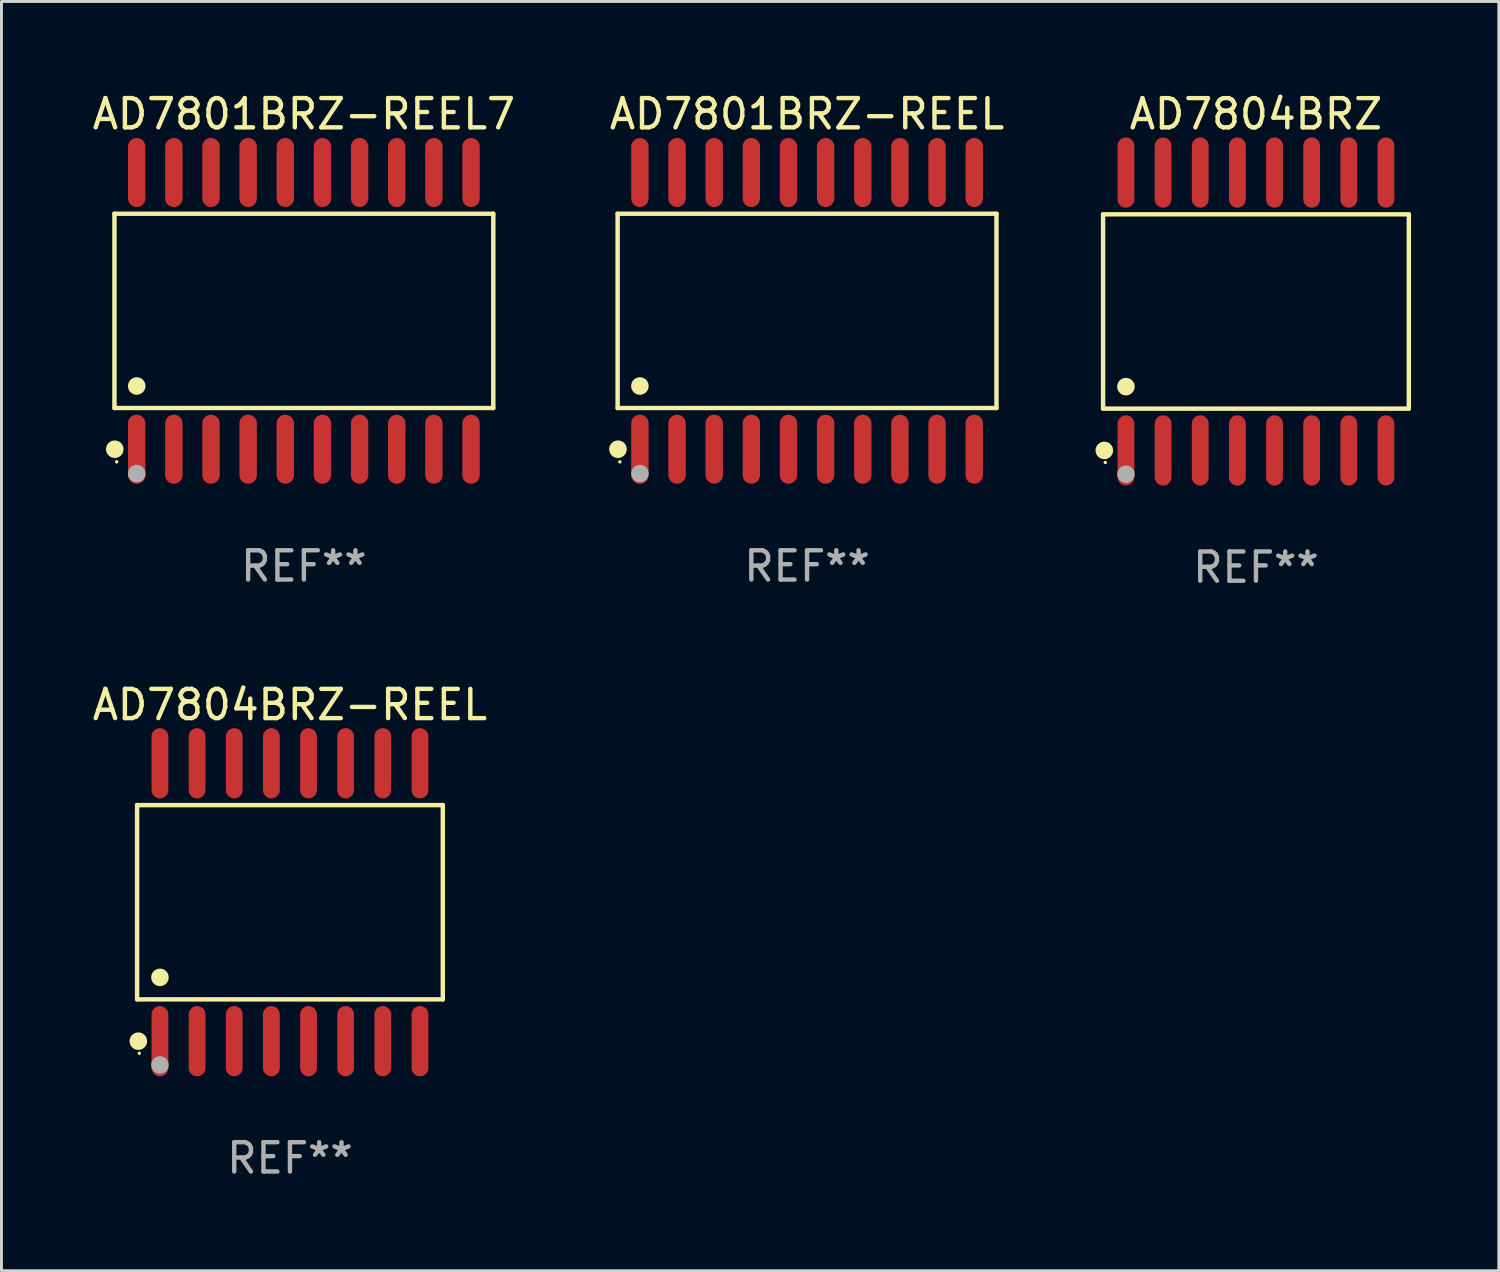
<source format=kicad_pcb>
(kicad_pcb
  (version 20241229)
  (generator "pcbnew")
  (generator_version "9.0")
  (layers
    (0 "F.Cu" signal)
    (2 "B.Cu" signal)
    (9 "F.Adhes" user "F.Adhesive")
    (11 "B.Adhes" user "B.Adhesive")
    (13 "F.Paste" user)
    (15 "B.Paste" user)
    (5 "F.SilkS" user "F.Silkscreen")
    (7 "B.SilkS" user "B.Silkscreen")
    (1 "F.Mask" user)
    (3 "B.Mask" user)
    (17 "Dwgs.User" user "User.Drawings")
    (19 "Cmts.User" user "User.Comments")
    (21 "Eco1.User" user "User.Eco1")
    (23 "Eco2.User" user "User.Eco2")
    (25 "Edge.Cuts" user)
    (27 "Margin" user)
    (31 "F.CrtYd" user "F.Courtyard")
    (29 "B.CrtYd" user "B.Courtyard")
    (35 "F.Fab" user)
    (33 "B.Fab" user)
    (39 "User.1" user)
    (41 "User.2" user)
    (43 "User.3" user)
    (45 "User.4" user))
  (footprint "AD7804BRZ"
    (layer "F.Cu")
    (at 39.889 7.599)
    (property "Reference" "AD7804BRZ" (at 0 -6.75 0) (layer "F.SilkS") (effects (font (size 1 1) (thickness 0.15))))
    (attr through_hole)
    (fp_line (start -5.226 -3.321) (end 5.226 -3.321) (stroke (width 0.152) (type solid)) (layer "F.SilkS"))
    (fp_line (start -5.226 3.321) (end -5.226 -3.321) (stroke (width 0.152) (type solid)) (layer "F.SilkS"))
    (fp_line (start 5.226 -3.321) (end 5.226 3.321) (stroke (width 0.152) (type solid)) (layer "F.SilkS"))
    (fp_line (start 5.226 3.321) (end -5.226 3.321) (stroke (width 0.152) (type solid)) (layer "F.SilkS"))
    (fp_circle (center -5.184 4.75) (end -5.034 4.75) (stroke (width 0.3) (type solid)) (fill no) (layer "F.SilkS"))
    (fp_circle (center -5.15 5.163) (end -5.12 5.163) (stroke (width 0.06) (type solid)) (fill no) (layer "F.SilkS"))
    (fp_circle (center -4.445 2.569) (end -4.295 2.569) (stroke (width 0.3) (type solid)) (fill no) (layer "F.SilkS"))
    (fp_circle (center -4.445 5.563) (end -4.295 5.563) (stroke (width 0.3) (type solid)) (fill no) (layer "F.Fab"))
    (fp_text user "REF**" (at 0 8.75 0) (layer "F.Fab") (effects (font (size 1 1) (thickness 0.15))))
    (pad "1" smd oval (at -4.445 4.75) (size 0.574 2.401) (layers "F.Cu" "F.Mask" "F.Paste"))
    (pad "2" smd oval (at -3.175 4.75) (size 0.574 2.401) (layers "F.Cu" "F.Mask" "F.Paste"))
    (pad "3" smd oval (at -1.905 4.75) (size 0.574 2.401) (layers "F.Cu" "F.Mask" "F.Paste"))
    (pad "4" smd oval (at -0.635 4.75) (size 0.574 2.401) (layers "F.Cu" "F.Mask" "F.Paste"))
    (pad "5" smd oval (at 0.635 4.75) (size 0.574 2.401) (layers "F.Cu" "F.Mask" "F.Paste"))
    (pad "6" smd oval (at 1.905 4.75) (size 0.574 2.401) (layers "F.Cu" "F.Mask" "F.Paste"))
    (pad "7" smd oval (at 3.175 4.75) (size 0.574 2.401) (layers "F.Cu" "F.Mask" "F.Paste"))
    (pad "8" smd oval (at 4.445 4.75) (size 0.574 2.401) (layers "F.Cu" "F.Mask" "F.Paste"))
    (pad "9" smd oval (at 4.445 -4.75) (size 0.574 2.401) (layers "F.Cu" "F.Mask" "F.Paste"))
    (pad "10" smd oval (at 3.175 -4.75) (size 0.574 2.401) (layers "F.Cu" "F.Mask" "F.Paste"))
    (pad "11" smd oval (at 1.905 -4.75) (size 0.574 2.401) (layers "F.Cu" "F.Mask" "F.Paste"))
    (pad "12" smd oval (at 0.635 -4.75) (size 0.574 2.401) (layers "F.Cu" "F.Mask" "F.Paste"))
    (pad "13" smd oval (at -0.635 -4.75) (size 0.574 2.401) (layers "F.Cu" "F.Mask" "F.Paste"))
    (pad "14" smd oval (at -1.905 -4.75) (size 0.574 2.401) (layers "F.Cu" "F.Mask" "F.Paste"))
    (pad "15" smd oval (at -3.175 -4.75) (size 0.574 2.401) (layers "F.Cu" "F.Mask" "F.Paste"))
    (pad "16" smd oval (at -4.445 -4.75) (size 0.574 2.401) (layers "F.Cu" "F.Mask" "F.Paste")))
  (footprint "AD7801BRZ-REEL"
    (layer "F.Cu")
    (at 24.542 7.578)
    (property "Reference" "AD7801BRZ-REEL" (at 0 -6.73 0) (layer "F.SilkS") (effects (font (size 1 1) (thickness 0.15))))
    (attr through_hole)
    (fp_line (start -6.476 -3.321) (end 6.476 -3.321) (stroke (width 0.152) (type solid)) (layer "F.SilkS"))
    (fp_line (start -6.476 3.321) (end -6.476 -3.321) (stroke (width 0.152) (type solid)) (layer "F.SilkS"))
    (fp_line (start 6.476 -3.321) (end 6.476 3.321) (stroke (width 0.152) (type solid)) (layer "F.SilkS"))
    (fp_line (start 6.476 3.321) (end -6.476 3.321) (stroke (width 0.152) (type solid)) (layer "F.SilkS"))
    (fp_circle (center -6.465 4.73) (end -6.315 4.73) (stroke (width 0.3) (type solid)) (fill no) (layer "F.SilkS"))
    (fp_circle (center -6.4 5.163) (end -6.37 5.163) (stroke (width 0.06) (type solid)) (fill no) (layer "F.SilkS"))
    (fp_circle (center -5.715 2.569) (end -5.565 2.569) (stroke (width 0.3) (type solid)) (fill no) (layer "F.SilkS"))
    (fp_circle (center -5.715 5.563) (end -5.565 5.563) (stroke (width 0.3) (type solid)) (fill no) (layer "F.Fab"))
    (fp_text user "REF**" (at 0 8.73 0) (layer "F.Fab") (effects (font (size 1 1) (thickness 0.15))))
    (pad "1" smd oval (at -5.715 4.73) (size 0.595 2.36) (layers "F.Cu" "F.Mask" "F.Paste"))
    (pad "2" smd oval (at -4.445 4.73) (size 0.595 2.36) (layers "F.Cu" "F.Mask" "F.Paste"))
    (pad "3" smd oval (at -3.175 4.73) (size 0.595 2.36) (layers "F.Cu" "F.Mask" "F.Paste"))
    (pad "4" smd oval (at -1.905 4.73) (size 0.595 2.36) (layers "F.Cu" "F.Mask" "F.Paste"))
    (pad "5" smd oval (at -0.635 4.73) (size 0.595 2.36) (layers "F.Cu" "F.Mask" "F.Paste"))
    (pad "6" smd oval (at 0.635 4.73) (size 0.595 2.36) (layers "F.Cu" "F.Mask" "F.Paste"))
    (pad "7" smd oval (at 1.905 4.73) (size 0.595 2.36) (layers "F.Cu" "F.Mask" "F.Paste"))
    (pad "8" smd oval (at 3.175 4.73) (size 0.595 2.36) (layers "F.Cu" "F.Mask" "F.Paste"))
    (pad "9" smd oval (at 4.445 4.73) (size 0.595 2.36) (layers "F.Cu" "F.Mask" "F.Paste"))
    (pad "10" smd oval (at 5.715 4.73) (size 0.595 2.36) (layers "F.Cu" "F.Mask" "F.Paste"))
    (pad "11" smd oval (at 5.715 -4.73) (size 0.595 2.36) (layers "F.Cu" "F.Mask" "F.Paste"))
    (pad "12" smd oval (at 4.445 -4.73) (size 0.595 2.36) (layers "F.Cu" "F.Mask" "F.Paste"))
    (pad "13" smd oval (at 3.175 -4.73) (size 0.595 2.36) (layers "F.Cu" "F.Mask" "F.Paste"))
    (pad "14" smd oval (at 1.905 -4.73) (size 0.595 2.36) (layers "F.Cu" "F.Mask" "F.Paste"))
    (pad "15" smd oval (at 0.635 -4.73) (size 0.595 2.36) (layers "F.Cu" "F.Mask" "F.Paste"))
    (pad "16" smd oval (at -0.635 -4.73) (size 0.595 2.36) (layers "F.Cu" "F.Mask" "F.Paste"))
    (pad "17" smd oval (at -1.905 -4.73) (size 0.595 2.36) (layers "F.Cu" "F.Mask" "F.Paste"))
    (pad "18" smd oval (at -3.175 -4.73) (size 0.595 2.36) (layers "F.Cu" "F.Mask" "F.Paste"))
    (pad "19" smd oval (at -4.445 -4.73) (size 0.595 2.36) (layers "F.Cu" "F.Mask" "F.Paste"))
    (pad "20" smd oval (at -5.715 -4.73) (size 0.595 2.36) (layers "F.Cu" "F.Mask" "F.Paste")))
  (footprint "AD7801BRZ-REEL7"
    (layer "F.Cu")
    (at 7.339 7.578)
    (property "Reference" "AD7801BRZ-REEL7" (at 0 -6.73 0) (layer "F.SilkS") (effects (font (size 1 1) (thickness 0.15))))
    (attr through_hole)
    (fp_line (start -6.476 -3.321) (end 6.476 -3.321) (stroke (width 0.152) (type solid)) (layer "F.SilkS"))
    (fp_line (start -6.476 3.321) (end -6.476 -3.321) (stroke (width 0.152) (type solid)) (layer "F.SilkS"))
    (fp_line (start 6.476 -3.321) (end 6.476 3.321) (stroke (width 0.152) (type solid)) (layer "F.SilkS"))
    (fp_line (start 6.476 3.321) (end -6.476 3.321) (stroke (width 0.152) (type solid)) (layer "F.SilkS"))
    (fp_circle (center -6.465 4.73) (end -6.315 4.73) (stroke (width 0.3) (type solid)) (fill no) (layer "F.SilkS"))
    (fp_circle (center -6.4 5.163) (end -6.37 5.163) (stroke (width 0.06) (type solid)) (fill no) (layer "F.SilkS"))
    (fp_circle (center -5.715 2.569) (end -5.565 2.569) (stroke (width 0.3) (type solid)) (fill no) (layer "F.SilkS"))
    (fp_circle (center -5.715 5.563) (end -5.565 5.563) (stroke (width 0.3) (type solid)) (fill no) (layer "F.Fab"))
    (fp_text user "REF**" (at 0 8.73 0) (layer "F.Fab") (effects (font (size 1 1) (thickness 0.15))))
    (pad "1" smd oval (at -5.715 4.73) (size 0.595 2.36) (layers "F.Cu" "F.Mask" "F.Paste"))
    (pad "2" smd oval (at -4.445 4.73) (size 0.595 2.36) (layers "F.Cu" "F.Mask" "F.Paste"))
    (pad "3" smd oval (at -3.175 4.73) (size 0.595 2.36) (layers "F.Cu" "F.Mask" "F.Paste"))
    (pad "4" smd oval (at -1.905 4.73) (size 0.595 2.36) (layers "F.Cu" "F.Mask" "F.Paste"))
    (pad "5" smd oval (at -0.635 4.73) (size 0.595 2.36) (layers "F.Cu" "F.Mask" "F.Paste"))
    (pad "6" smd oval (at 0.635 4.73) (size 0.595 2.36) (layers "F.Cu" "F.Mask" "F.Paste"))
    (pad "7" smd oval (at 1.905 4.73) (size 0.595 2.36) (layers "F.Cu" "F.Mask" "F.Paste"))
    (pad "8" smd oval (at 3.175 4.73) (size 0.595 2.36) (layers "F.Cu" "F.Mask" "F.Paste"))
    (pad "9" smd oval (at 4.445 4.73) (size 0.595 2.36) (layers "F.Cu" "F.Mask" "F.Paste"))
    (pad "10" smd oval (at 5.715 4.73) (size 0.595 2.36) (layers "F.Cu" "F.Mask" "F.Paste"))
    (pad "11" smd oval (at 5.715 -4.73) (size 0.595 2.36) (layers "F.Cu" "F.Mask" "F.Paste"))
    (pad "12" smd oval (at 4.445 -4.73) (size 0.595 2.36) (layers "F.Cu" "F.Mask" "F.Paste"))
    (pad "13" smd oval (at 3.175 -4.73) (size 0.595 2.36) (layers "F.Cu" "F.Mask" "F.Paste"))
    (pad "14" smd oval (at 1.905 -4.73) (size 0.595 2.36) (layers "F.Cu" "F.Mask" "F.Paste"))
    (pad "15" smd oval (at 0.635 -4.73) (size 0.595 2.36) (layers "F.Cu" "F.Mask" "F.Paste"))
    (pad "16" smd oval (at -0.635 -4.73) (size 0.595 2.36) (layers "F.Cu" "F.Mask" "F.Paste"))
    (pad "17" smd oval (at -1.905 -4.73) (size 0.595 2.36) (layers "F.Cu" "F.Mask" "F.Paste"))
    (pad "18" smd oval (at -3.175 -4.73) (size 0.595 2.36) (layers "F.Cu" "F.Mask" "F.Paste"))
    (pad "19" smd oval (at -4.445 -4.73) (size 0.595 2.36) (layers "F.Cu" "F.Mask" "F.Paste"))
    (pad "20" smd oval (at -5.715 -4.73) (size 0.595 2.36) (layers "F.Cu" "F.Mask" "F.Paste")))
  (footprint "AD7804BRZ-REEL"
    (layer "F.Cu")
    (at 6.863 27.796)
    (property "Reference" "AD7804BRZ-REEL" (at 0 -6.75 0) (layer "F.SilkS") (effects (font (size 1 1) (thickness 0.15))))
    (attr through_hole)
    (fp_line (start -5.226 -3.321) (end 5.226 -3.321) (stroke (width 0.152) (type solid)) (layer "F.SilkS"))
    (fp_line (start -5.226 3.321) (end -5.226 -3.321) (stroke (width 0.152) (type solid)) (layer "F.SilkS"))
    (fp_line (start 5.226 -3.321) (end 5.226 3.321) (stroke (width 0.152) (type solid)) (layer "F.SilkS"))
    (fp_line (start 5.226 3.321) (end -5.226 3.321) (stroke (width 0.152) (type solid)) (layer "F.SilkS"))
    (fp_circle (center -5.184 4.75) (end -5.034 4.75) (stroke (width 0.3) (type solid)) (fill no) (layer "F.SilkS"))
    (fp_circle (center -5.15 5.163) (end -5.12 5.163) (stroke (width 0.06) (type solid)) (fill no) (layer "F.SilkS"))
    (fp_circle (center -4.445 2.569) (end -4.295 2.569) (stroke (width 0.3) (type solid)) (fill no) (layer "F.SilkS"))
    (fp_circle (center -4.445 5.563) (end -4.295 5.563) (stroke (width 0.3) (type solid)) (fill no) (layer "F.Fab"))
    (fp_text user "REF**" (at 0 8.75 0) (layer "F.Fab") (effects (font (size 1 1) (thickness 0.15))))
    (pad "1" smd oval (at -4.445 4.75) (size 0.574 2.401) (layers "F.Cu" "F.Mask" "F.Paste"))
    (pad "2" smd oval (at -3.175 4.75) (size 0.574 2.401) (layers "F.Cu" "F.Mask" "F.Paste"))
    (pad "3" smd oval (at -1.905 4.75) (size 0.574 2.401) (layers "F.Cu" "F.Mask" "F.Paste"))
    (pad "4" smd oval (at -0.635 4.75) (size 0.574 2.401) (layers "F.Cu" "F.Mask" "F.Paste"))
    (pad "5" smd oval (at 0.635 4.75) (size 0.574 2.401) (layers "F.Cu" "F.Mask" "F.Paste"))
    (pad "6" smd oval (at 1.905 4.75) (size 0.574 2.401) (layers "F.Cu" "F.Mask" "F.Paste"))
    (pad "7" smd oval (at 3.175 4.75) (size 0.574 2.401) (layers "F.Cu" "F.Mask" "F.Paste"))
    (pad "8" smd oval (at 4.445 4.75) (size 0.574 2.401) (layers "F.Cu" "F.Mask" "F.Paste"))
    (pad "9" smd oval (at 4.445 -4.75) (size 0.574 2.401) (layers "F.Cu" "F.Mask" "F.Paste"))
    (pad "10" smd oval (at 3.175 -4.75) (size 0.574 2.401) (layers "F.Cu" "F.Mask" "F.Paste"))
    (pad "11" smd oval (at 1.905 -4.75) (size 0.574 2.401) (layers "F.Cu" "F.Mask" "F.Paste"))
    (pad "12" smd oval (at 0.635 -4.75) (size 0.574 2.401) (layers "F.Cu" "F.Mask" "F.Paste"))
    (pad "13" smd oval (at -0.635 -4.75) (size 0.574 2.401) (layers "F.Cu" "F.Mask" "F.Paste"))
    (pad "14" smd oval (at -1.905 -4.75) (size 0.574 2.401) (layers "F.Cu" "F.Mask" "F.Paste"))
    (pad "15" smd oval (at -3.175 -4.75) (size 0.574 2.401) (layers "F.Cu" "F.Mask" "F.Paste"))
    (pad "16" smd oval (at -4.445 -4.75) (size 0.574 2.401) (layers "F.Cu" "F.Mask" "F.Paste")))
  (gr_rect
    (start -3 -3)
    (end 48.192 40.394)
    (stroke (width 0.1) (type default))
    (fill no)
    (layer "Edge.Cuts")))
</source>
